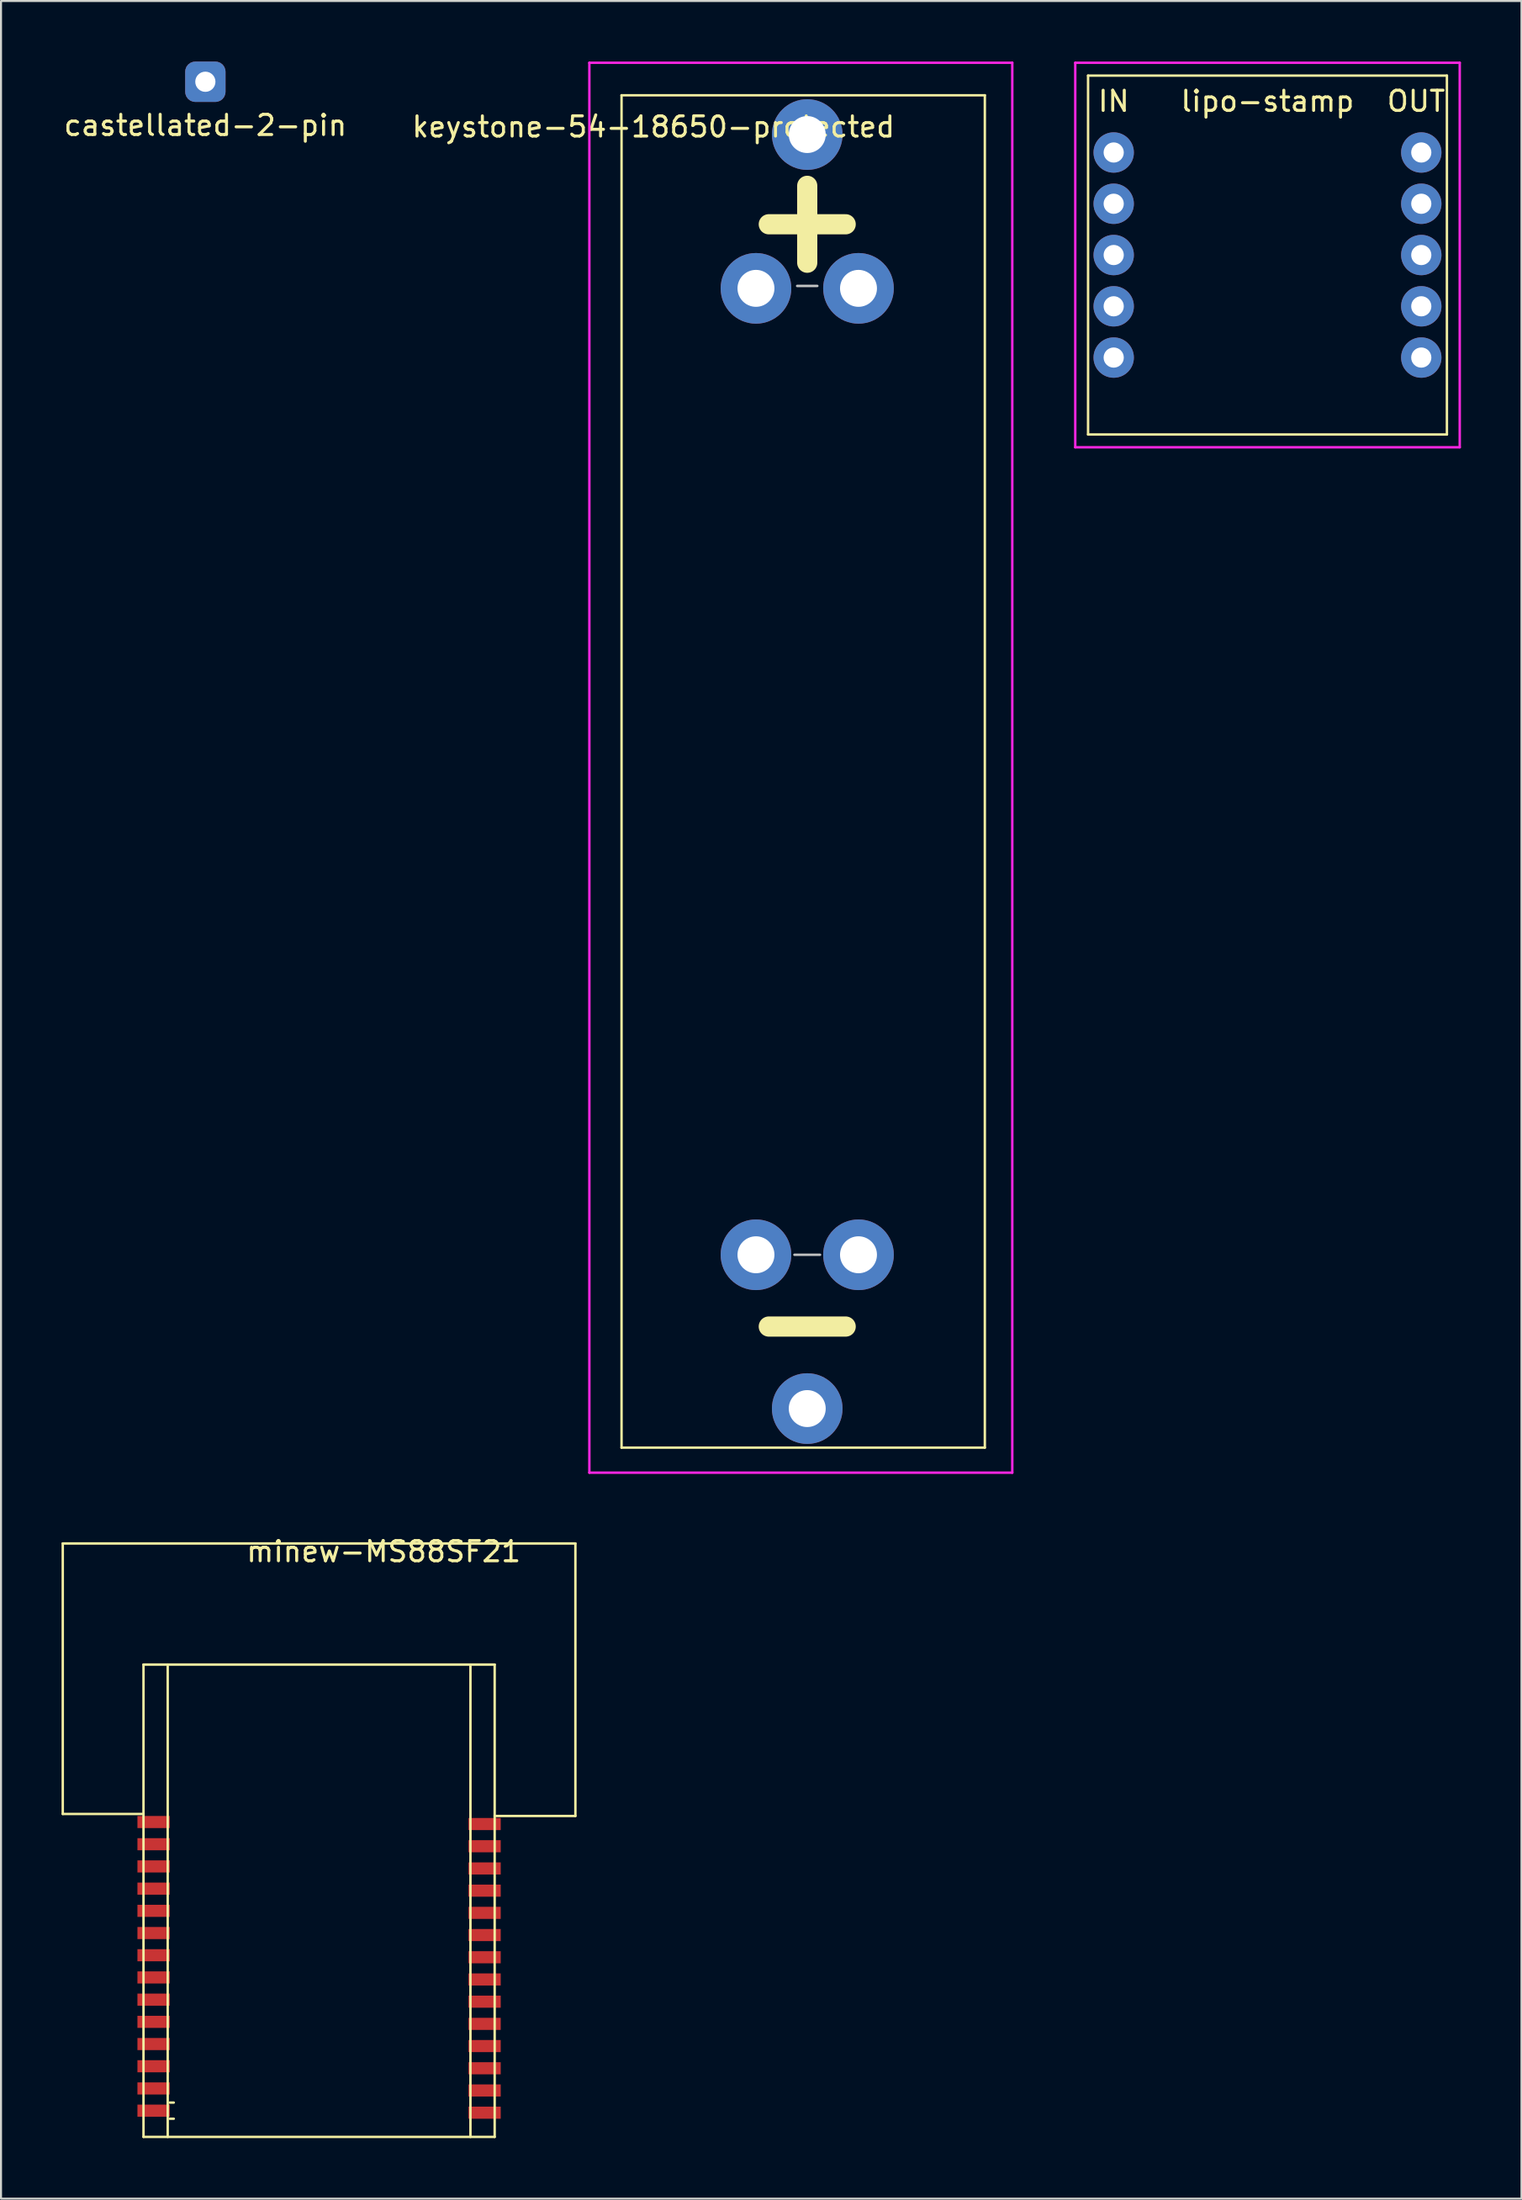
<source format=kicad_pcb>
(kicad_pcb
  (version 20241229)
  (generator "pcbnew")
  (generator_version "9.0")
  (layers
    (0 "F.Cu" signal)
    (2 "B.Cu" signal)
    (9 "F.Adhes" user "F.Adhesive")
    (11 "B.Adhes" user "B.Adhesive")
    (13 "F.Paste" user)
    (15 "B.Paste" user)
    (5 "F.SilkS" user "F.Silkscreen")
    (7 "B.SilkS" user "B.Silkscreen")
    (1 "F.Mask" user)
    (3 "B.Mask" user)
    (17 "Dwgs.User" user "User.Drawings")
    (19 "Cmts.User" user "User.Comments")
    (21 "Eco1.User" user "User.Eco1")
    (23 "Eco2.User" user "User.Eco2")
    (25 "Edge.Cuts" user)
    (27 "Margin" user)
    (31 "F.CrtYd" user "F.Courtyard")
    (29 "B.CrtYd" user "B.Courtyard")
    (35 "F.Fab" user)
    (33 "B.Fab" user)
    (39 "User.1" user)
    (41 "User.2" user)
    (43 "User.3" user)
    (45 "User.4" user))
  (footprint "minew-MS88SF21"
    (layer "F.Cu")
    (at 12.76 79.418)
    (property "Reference" "minew-MS88SF21" (at 3.2 -5.6 0) (layer "F.SilkS") (effects (font (size 1 1) (thickness 0.15))))
    (attr through_hole)
    (fp_line (start -12.7 -6) (end 12.7 -6) (stroke (width 0.12) (type solid)) (layer "F.SilkS"))
    (fp_line (start -12.7 7.4) (end -12.7 -6) (stroke (width 0.12) (type solid)) (layer "F.SilkS"))
    (fp_line (start -8.7 0) (end 8.7 0) (stroke (width 0.12) (type solid)) (layer "F.SilkS"))
    (fp_line (start -8.7 7.4) (end -12.7 7.4) (stroke (width 0.12) (type solid)) (layer "F.SilkS"))
    (fp_line (start -8.7 23.4) (end -8.7 0) (stroke (width 0.12) (type solid)) (layer "F.SilkS"))
    (fp_line (start -7.5 23.4) (end -7.5 0) (stroke (width 0.12) (type solid)) (layer "F.SilkS"))
    (fp_line (start -7.4 21.7) (end -7.2 21.7) (stroke (width 0.12) (type solid)) (layer "F.SilkS"))
    (fp_line (start -7.4 22.5) (end -7.2 22.5) (stroke (width 0.12) (type solid)) (layer "F.SilkS"))
    (fp_line (start 7.5 0) (end 7.5 23.4) (stroke (width 0.12) (type solid)) (layer "F.SilkS"))
    (fp_line (start 8.7 0) (end 8.7 23.4) (stroke (width 0.12) (type solid)) (layer "F.SilkS"))
    (fp_line (start 8.7 7.5) (end 12.7 7.5) (stroke (width 0.12) (type solid)) (layer "F.SilkS"))
    (fp_line (start 8.7 23.4) (end -8.7 23.4) (stroke (width 0.12) (type solid)) (layer "F.SilkS"))
    (fp_line (start 12.7 7.5) (end 12.7 -6) (stroke (width 0.12) (type solid)) (layer "F.SilkS"))
    (pad "1" smd rect (at -8.2 7.8) (size 1.6 0.6) (layers "F.Cu" "F.Mask" "F.Paste"))
    (pad "2" smd rect (at -8.2 8.9) (size 1.6 0.6) (layers "F.Cu" "F.Mask" "F.Paste"))
    (pad "3" smd rect (at -8.2 10) (size 1.6 0.6) (layers "F.Cu" "F.Mask" "F.Paste"))
    (pad "4" smd rect (at -8.2 11.1) (size 1.6 0.6) (layers "F.Cu" "F.Mask" "F.Paste"))
    (pad "5" smd rect (at -8.2 12.2) (size 1.6 0.6) (layers "F.Cu" "F.Mask" "F.Paste"))
    (pad "6" smd rect (at -8.2 13.3) (size 1.6 0.6) (layers "F.Cu" "F.Mask" "F.Paste"))
    (pad "7" smd rect (at -8.2 14.4) (size 1.6 0.6) (layers "F.Cu" "F.Mask" "F.Paste"))
    (pad "8" smd rect (at -8.2 15.5) (size 1.6 0.6) (layers "F.Cu" "F.Mask" "F.Paste"))
    (pad "9" smd rect (at -8.2 16.6) (size 1.6 0.6) (layers "F.Cu" "F.Mask" "F.Paste"))
    (pad "10" smd rect (at -8.2 17.7) (size 1.6 0.6) (layers "F.Cu" "F.Mask" "F.Paste"))
    (pad "11" smd rect (at -8.2 18.8) (size 1.6 0.6) (layers "F.Cu" "F.Mask" "F.Paste"))
    (pad "12" smd rect (at -8.2 19.9) (size 1.6 0.6) (layers "F.Cu" "F.Mask" "F.Paste"))
    (pad "13" smd rect (at -8.2 21) (size 1.6 0.6) (layers "F.Cu" "F.Mask" "F.Paste"))
    (pad "14" smd rect (at -8.2 22.1) (size 1.6 0.6) (layers "F.Cu" "F.Mask" "F.Paste"))
    (pad "15" smd rect (at 8.2 7.9) (size 1.6 0.6) (layers "F.Cu" "F.Mask" "F.Paste"))
    (pad "16" smd rect (at 8.2 9) (size 1.6 0.6) (layers "F.Cu" "F.Mask" "F.Paste"))
    (pad "17" smd rect (at 8.2 10.1) (size 1.6 0.6) (layers "F.Cu" "F.Mask" "F.Paste"))
    (pad "18" smd rect (at 8.2 11.2) (size 1.6 0.6) (layers "F.Cu" "F.Mask" "F.Paste"))
    (pad "19" smd rect (at 8.2 12.3) (size 1.6 0.6) (layers "F.Cu" "F.Mask" "F.Paste"))
    (pad "20" smd rect (at 8.2 13.4) (size 1.6 0.6) (layers "F.Cu" "F.Mask" "F.Paste"))
    (pad "21" smd rect (at 8.2 14.5) (size 1.6 0.6) (layers "F.Cu" "F.Mask" "F.Paste"))
    (pad "22" smd rect (at 8.2 15.6) (size 1.6 0.6) (layers "F.Cu" "F.Mask" "F.Paste"))
    (pad "23" smd rect (at 8.2 16.7) (size 1.6 0.6) (layers "F.Cu" "F.Mask" "F.Paste"))
    (pad "24" smd rect (at 8.2 17.8) (size 1.6 0.6) (layers "F.Cu" "F.Mask" "F.Paste"))
    (pad "25" smd rect (at 8.2 18.9) (size 1.6 0.6) (layers "F.Cu" "F.Mask" "F.Paste"))
    (pad "26" smd rect (at 8.2 20) (size 1.6 0.6) (layers "F.Cu" "F.Mask" "F.Paste"))
    (pad "27" smd rect (at 8.2 21.1) (size 1.6 0.6) (layers "F.Cu" "F.Mask" "F.Paste"))
    (pad "28" smd rect (at 8.2 22.2) (size 1.6 0.6) (layers "F.Cu" "F.Mask" "F.Paste")))
  (footprint "lipo-stamp"
    (layer "F.Cu")
    (at 59.752 0.695)
    (property "Reference" "lipo-stamp" (at 0 1.27 0) (layer "F.SilkS") (effects (font (size 1 1) (thickness 0.15))))
    (attr through_hole)
    (fp_line (start -8.89 0) (end 8.89 0) (stroke (width 0.12) (type solid)) (layer "F.SilkS"))
    (fp_line (start -8.89 17.78) (end -8.89 0) (stroke (width 0.12) (type solid)) (layer "F.SilkS"))
    (fp_line (start 8.89 0) (end 8.89 17.78) (stroke (width 0.12) (type solid)) (layer "F.SilkS"))
    (fp_line (start 8.89 17.78) (end -8.89 17.78) (stroke (width 0.12) (type solid)) (layer "F.SilkS"))
    (fp_line (start -9.525 -0.635) (end -9.525 18.415) (stroke (width 0.12) (type solid)) (layer "F.CrtYd"))
    (fp_line (start -9.525 18.415) (end 9.525 18.415) (stroke (width 0.12) (type solid)) (layer "F.CrtYd"))
    (fp_line (start 9.525 -0.635) (end -9.525 -0.635) (stroke (width 0.12) (type solid)) (layer "F.CrtYd"))
    (fp_line (start 9.525 18.415) (end 9.525 -0.635) (stroke (width 0.12) (type solid)) (layer "F.CrtYd"))
    (fp_text user "IN" (at -7.62 1.27 0) (layer "F.SilkS") (effects (font (size 1 1) (thickness 0.15))))
    (fp_text user "OUT" (at 8.89 1.27 0) (layer "F.SilkS") (effects (font (size 1 1) (thickness 0.15)) (justify right)))
    (pad "1" thru_hole circle (at -7.62 3.81) (size 2 2) (drill 1) (layers "*.Cu" "*.Mask"))
    (pad "2" thru_hole circle (at -7.62 6.35) (size 2 2) (drill 1) (layers "*.Cu" "*.Mask"))
    (pad "3" thru_hole circle (at -7.62 8.89) (size 2 2) (drill 1) (layers "*.Cu" "*.Mask"))
    (pad "4" thru_hole circle (at -7.62 11.43) (size 2 2) (drill 1) (layers "*.Cu" "*.Mask"))
    (pad "5" thru_hole circle (at -7.62 13.97) (size 2 2) (drill 1) (layers "*.Cu" "*.Mask"))
    (pad "6" thru_hole circle (at 7.62 3.81) (size 2 2) (drill 1) (layers "*.Cu" "*.Mask"))
    (pad "7" thru_hole circle (at 7.62 6.35) (size 2 2) (drill 1) (layers "*.Cu" "*.Mask"))
    (pad "8" thru_hole circle (at 7.62 8.89) (size 2 2) (drill 1) (layers "*.Cu" "*.Mask"))
    (pad "9" thru_hole circle (at 7.62 11.43) (size 2 2) (drill 1) (layers "*.Cu" "*.Mask"))
    (pad "10" thru_hole circle (at 7.62 13.97) (size 2 2) (drill 1) (layers "*.Cu" "*.Mask")))
  (footprint "castellated-2-pin"
    (layer "F.Cu")
    (at 7.125 1)
    (property "Reference" "castellated-2-pin" (at 0 2.159 0) (layer "F.SilkS") (effects (font (size 1 1) (thickness 0.15))))
    (attr through_hole)
    (pad "1" thru_hole roundrect (at 0 0) (size 2 2) (drill 1) (layers "*.Cu" "*.Mask") (roundrect_rratio 0.25)))
  (footprint "keystone-54-18650-protected"
    (layer "F.Cu")
    (at 36.947 3.87)
    (property "Reference" "keystone-54-18650-protected" (at -7.62 -0.635 0) (layer "F.SilkS") (effects (font (size 1 1) (thickness 0.15))))
    (attr through_hole)
    (fp_line (start -9.2 -2.2) (end -9.2 64.8) (stroke (width 0.12) (type solid)) (layer "F.SilkS"))
    (fp_line (start -9.2 64.8) (end 8.8 64.8) (stroke (width 0.12) (type solid)) (layer "F.SilkS"))
    (fp_line (start -1.905 4.191) (end 1.905 4.191) (stroke (width 1) (type solid)) (layer "F.SilkS"))
    (fp_line (start -1.905 58.801) (end 1.905 58.801) (stroke (width 1) (type solid)) (layer "F.SilkS"))
    (fp_line (start 0 2.286) (end 0 6.096) (stroke (width 1) (type solid)) (layer "F.SilkS"))
    (fp_line (start 8.8 -2.2) (end -9.2 -2.2) (stroke (width 0.12) (type solid)) (layer "F.SilkS"))
    (fp_line (start 8.8 64.8) (end 8.8 -2.2) (stroke (width 0.12) (type solid)) (layer "F.SilkS"))
    (fp_line (start -0.635 55.245) (end 0.635 55.245) (stroke (width 0.12) (type solid)) (layer "Dwgs.User"))
    (fp_line (start -0.5 7.246) (end 0.5 7.246) (stroke (width 0.12) (type solid)) (layer "Dwgs.User"))
    (fp_line (start -10.795 -3.81) (end -10.795 66.04) (stroke (width 0.12) (type solid)) (layer "F.CrtYd"))
    (fp_line (start -10.795 66.04) (end 10.16 66.04) (stroke (width 0.12) (type solid)) (layer "F.CrtYd"))
    (fp_line (start 10.16 -3.81) (end -10.795 -3.81) (stroke (width 0.12) (type solid)) (layer "F.CrtYd"))
    (fp_line (start 10.16 66.04) (end 10.16 -3.81) (stroke (width 0.12) (type solid)) (layer "F.CrtYd"))
    (pad "1" thru_hole circle (at -2.54 7.366) (size 3.5 3.5) (drill 1.83) (layers "*.Cu" "*.Mask"))
    (pad "1" thru_hole circle (at 0 -0.254) (size 3.5 3.5) (drill 1.83) (layers "*.Cu" "*.Mask"))
    (pad "1" thru_hole circle (at 2.54 7.366) (size 3.5 3.5) (drill 1.83) (layers "*.Cu" "*.Mask"))
    (pad "2" thru_hole circle (at -2.54 55.245 180) (size 3.5 3.5) (drill 1.83) (layers "*.Cu" "*.Mask"))
    (pad "2" thru_hole circle (at 0 62.865 180) (size 3.5 3.5) (drill 1.83) (layers "*.Cu" "*.Mask"))
    (pad "2" thru_hole circle (at 2.54 55.245 180) (size 3.5 3.5) (drill 1.83) (layers "*.Cu" "*.Mask")))
  (gr_rect
    (start -3 -3)
    (end 72.337 105.878)
    (stroke (width 0.1) (type default))
    (fill no)
    (layer "Edge.Cuts")))
</source>
